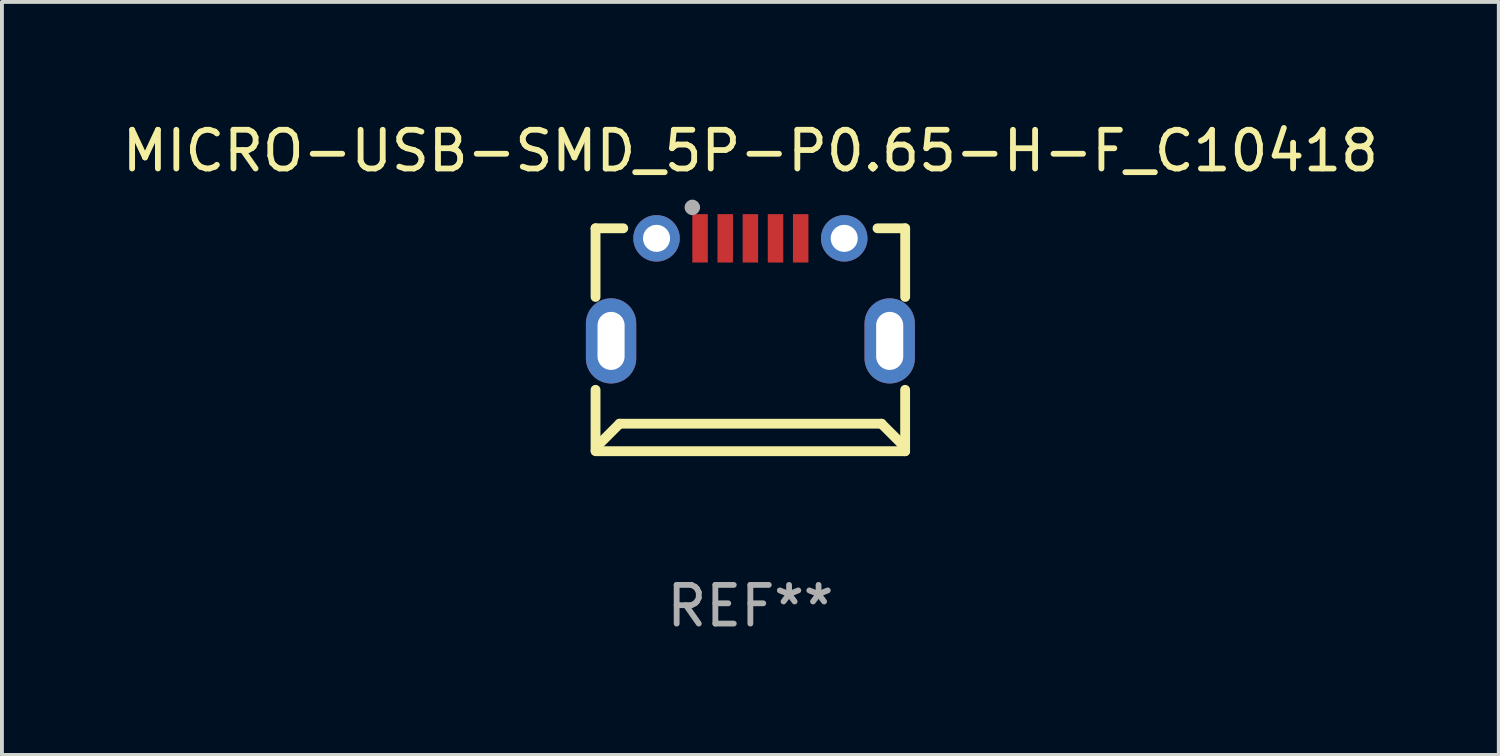
<source format=kicad_pcb>
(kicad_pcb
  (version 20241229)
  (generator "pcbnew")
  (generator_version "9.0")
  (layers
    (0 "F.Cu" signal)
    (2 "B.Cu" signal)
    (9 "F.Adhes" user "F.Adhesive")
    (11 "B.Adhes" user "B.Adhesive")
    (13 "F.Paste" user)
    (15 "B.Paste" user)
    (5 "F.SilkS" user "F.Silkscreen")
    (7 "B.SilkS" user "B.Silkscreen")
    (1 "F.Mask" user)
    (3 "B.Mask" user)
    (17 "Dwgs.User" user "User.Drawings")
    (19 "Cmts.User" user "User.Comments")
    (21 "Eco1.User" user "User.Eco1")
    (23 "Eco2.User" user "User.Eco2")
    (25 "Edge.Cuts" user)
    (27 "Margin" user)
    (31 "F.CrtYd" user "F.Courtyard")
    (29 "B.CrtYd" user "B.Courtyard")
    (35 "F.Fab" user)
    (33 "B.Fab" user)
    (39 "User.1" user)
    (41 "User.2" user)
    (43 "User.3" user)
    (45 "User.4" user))
  (footprint "MICRO-USB-SMD_5P-P0.65-H-F_C10418"
    (layer "F.Cu")
    (at 16.34 4.434)
    (property "Reference" "MICRO-USB-SMD_5P-P0.65-H-F_C10418" (at -0.000241 -3.585 0) (layer "F.SilkS") (effects (font (size 1 1) (thickness 0.15))))
    (attr through_hole)
    (fp_line (start -4.001 -1.585) (end -4.001 0.189) (stroke (width 0.254) (type solid)) (layer "F.SilkS"))
    (fp_line (start -4.001 -1.585) (end -3.285 -1.585) (stroke (width 0.254) (type solid)) (layer "F.SilkS"))
    (fp_line (start -4.001 2.589) (end -4.001 4.155) (stroke (width 0.254) (type solid)) (layer "F.SilkS"))
    (fp_line (start -3.971 4.055) (end -3.381 3.465) (stroke (width 0.254) (type solid)) (layer "F.SilkS"))
    (fp_line (start -3.971 4.155) (end -3.971 4.055) (stroke (width 0.254) (type solid)) (layer "F.SilkS"))
    (fp_line (start 3.285 -1.585) (end 3.999 -1.585) (stroke (width 0.254) (type solid)) (layer "F.SilkS"))
    (fp_line (start 3.389 3.465) (end -3.381 3.465) (stroke (width 0.254) (type solid)) (layer "F.SilkS"))
    (fp_line (start 3.979 4.055) (end 3.389 3.465) (stroke (width 0.254) (type solid)) (layer "F.SilkS"))
    (fp_line (start 3.979 4.175) (end 3.979 4.055) (stroke (width 0.254) (type solid)) (layer "F.SilkS"))
    (fp_line (start 3.999 2.589) (end 3.999 4.175) (stroke (width 0.254) (type solid)) (layer "F.SilkS"))
    (fp_line (start 3.999 4.175) (end -4.001 4.175) (stroke (width 0.254) (type solid)) (layer "F.SilkS"))
    (fp_line (start 4 -1.585) (end 4 0.189) (stroke (width 0.254) (type solid)) (layer "F.SilkS"))
    (fp_circle (center -4 -1.613) (end -3.97 -1.613) (stroke (width 0.06) (type solid)) (fill no) (layer "F.SilkS"))
    (fp_circle (center -1.5 -2.125) (end -1.4 -2.125) (stroke (width 0.2) (type solid)) (fill no) (layer "F.Fab"))
    (fp_text user "REF**" (at -0.000241 8.175 0) (layer "F.Fab") (effects (font (size 1 1) (thickness 0.15))))
    (pad "1" smd rect (at -1.3 -1.325 270) (size 1.25 0.4) (layers "F.Cu" "F.Mask" "F.Paste"))
    (pad "2" smd rect (at -0.65 -1.325 270) (size 1.25 0.4) (layers "F.Cu" "F.Mask" "F.Paste"))
    (pad "3" smd rect (at 0 -1.325 270) (size 1.25 0.4) (layers "F.Cu" "F.Mask" "F.Paste"))
    (pad "4" smd rect (at 0.65 -1.325 270) (size 1.25 0.4) (layers "F.Cu" "F.Mask" "F.Paste"))
    (pad "5" smd rect (at 1.3 -1.325 270) (size 1.25 0.4) (layers "F.Cu" "F.Mask" "F.Paste"))
    (pad "SH0" thru_hole circle (at -2.425 -1.325) (size 1.2 1.2) (drill 0.7) (layers "*.Cu" "*.Mask"))
    (pad "SH1" thru_hole oval (at -3.6 1.325) (size 1.3 2.2) (drill oval 0.7 1.5) (layers "*.Cu" "*.Mask"))
    (pad "SH2" thru_hole oval (at 3.6 1.325) (size 1.3 2.2) (drill oval 0.7 1.5) (layers "*.Cu" "*.Mask"))
    (pad "SH3" thru_hole circle (at 2.425 -1.325) (size 1.2 1.2) (drill 0.7) (layers "*.Cu" "*.Mask")))
  (gr_rect
    (start -3 -3)
    (end 35.679 16.457)
    (stroke (width 0.1) (type default))
    (fill no)
    (layer "Edge.Cuts")))
</source>
